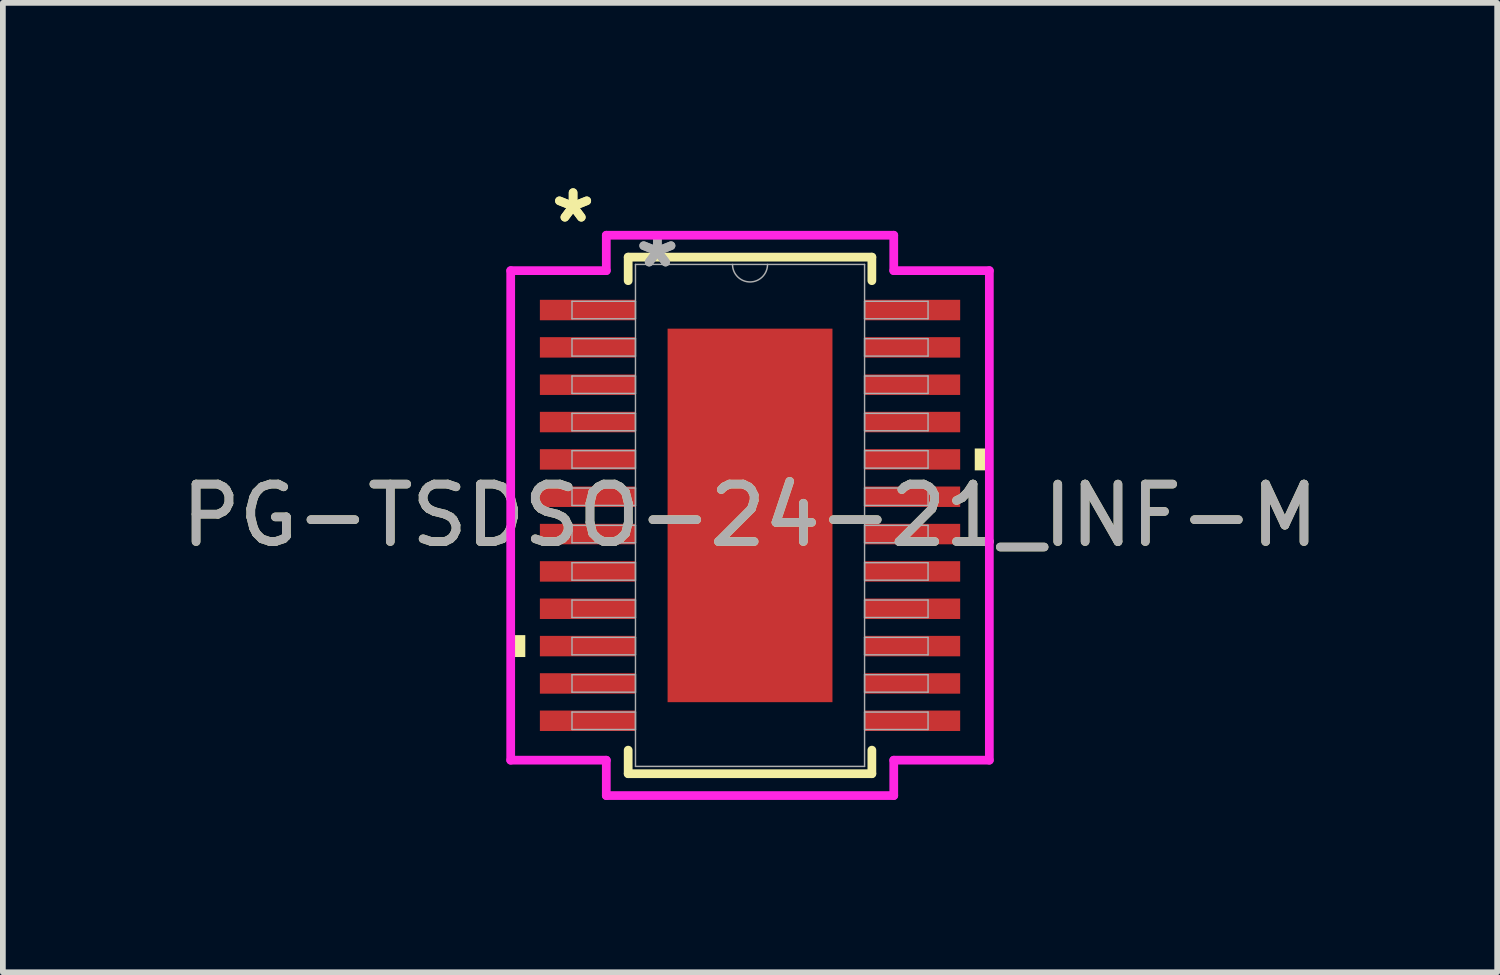
<source format=kicad_pcb>
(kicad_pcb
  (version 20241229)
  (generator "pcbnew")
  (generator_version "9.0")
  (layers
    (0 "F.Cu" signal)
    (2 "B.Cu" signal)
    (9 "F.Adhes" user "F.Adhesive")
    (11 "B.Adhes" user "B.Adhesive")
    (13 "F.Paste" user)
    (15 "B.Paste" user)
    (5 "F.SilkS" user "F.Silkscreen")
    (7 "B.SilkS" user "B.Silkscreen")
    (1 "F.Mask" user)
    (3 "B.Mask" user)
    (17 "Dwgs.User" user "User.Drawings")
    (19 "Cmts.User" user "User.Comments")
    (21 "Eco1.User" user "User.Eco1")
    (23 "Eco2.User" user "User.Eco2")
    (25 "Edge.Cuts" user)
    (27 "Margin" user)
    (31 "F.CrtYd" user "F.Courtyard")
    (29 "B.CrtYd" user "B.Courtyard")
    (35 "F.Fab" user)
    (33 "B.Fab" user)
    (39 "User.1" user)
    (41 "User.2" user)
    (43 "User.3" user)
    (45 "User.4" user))
  (footprint "PG-TSDSO-24-21_INF-M"
    (layer "F.Cu")
    (at 10.006 5.922)
    (property "Reference" "PG-TSDSO-24-21_INF-M" (at 0 0 0) (unlocked yes) (layer "F.SilkS") (effects (font (size 1 1) (thickness 0.15))))
    (attr smd)
    (fp_line (start -2.121 -4.496) (end -2.121 -4.086) (stroke (width 0.152) (type solid)) (layer "F.SilkS"))
    (fp_line (start -2.121 4.086) (end -2.121 4.496) (stroke (width 0.152) (type solid)) (layer "F.SilkS"))
    (fp_line (start -2.121 4.496) (end 2.121 4.496) (stroke (width 0.152) (type solid)) (layer "F.SilkS"))
    (fp_line (start 2.121 -4.496) (end -2.121 -4.496) (stroke (width 0.152) (type solid)) (layer "F.SilkS"))
    (fp_line (start 2.121 -4.086) (end 2.121 -4.496) (stroke (width 0.152) (type solid)) (layer "F.SilkS"))
    (fp_line (start 2.121 4.496) (end 2.121 4.086) (stroke (width 0.152) (type solid)) (layer "F.SilkS"))
    (fp_poly (pts (xy -4.166 2.084) (xy -4.166 2.465) (xy -3.912 2.465) (xy -3.912 2.084)) (stroke (width 0) (type solid)) (fill yes) (layer "F.SilkS"))
    (fp_poly (pts (xy 4.166 -1.165) (xy 4.166 -0.784) (xy 3.912 -0.784) (xy 3.912 -1.165)) (stroke (width 0) (type solid)) (fill yes) (layer "F.SilkS"))
    (fp_poly (pts (xy -1.335 -3.151) (xy -1.335 -2.051) (xy -0.1 -2.051) (xy -0.1 -3.151)) (stroke (width 0) (type solid)) (fill yes) (layer "F.Paste"))
    (fp_poly (pts (xy -1.335 -1.851) (xy -1.335 -0.75) (xy -0.1 -0.75) (xy -0.1 -1.851)) (stroke (width 0) (type solid)) (fill yes) (layer "F.Paste"))
    (fp_poly (pts (xy -1.335 -0.55) (xy -1.335 0.55) (xy -0.1 0.55) (xy -0.1 -0.55)) (stroke (width 0) (type solid)) (fill yes) (layer "F.Paste"))
    (fp_poly (pts (xy -1.335 0.75) (xy -1.335 1.851) (xy -0.1 1.851) (xy -0.1 0.75)) (stroke (width 0) (type solid)) (fill yes) (layer "F.Paste"))
    (fp_poly (pts (xy -1.335 2.051) (xy -1.335 3.151) (xy -0.1 3.151) (xy -0.1 2.051)) (stroke (width 0) (type solid)) (fill yes) (layer "F.Paste"))
    (fp_poly (pts (xy 0.1 -3.151) (xy 0.1 -2.051) (xy 1.335 -2.051) (xy 1.335 -3.151)) (stroke (width 0) (type solid)) (fill yes) (layer "F.Paste"))
    (fp_poly (pts (xy 0.1 -1.851) (xy 0.1 -0.75) (xy 1.335 -0.75) (xy 1.335 -1.851)) (stroke (width 0) (type solid)) (fill yes) (layer "F.Paste"))
    (fp_poly (pts (xy 0.1 -0.55) (xy 0.1 0.55) (xy 1.335 0.55) (xy 1.335 -0.55)) (stroke (width 0) (type solid)) (fill yes) (layer "F.Paste"))
    (fp_poly (pts (xy 0.1 0.75) (xy 0.1 1.851) (xy 1.335 1.851) (xy 1.335 0.75)) (stroke (width 0) (type solid)) (fill yes) (layer "F.Paste"))
    (fp_poly (pts (xy 0.1 2.051) (xy 0.1 3.151) (xy 1.335 3.151) (xy 1.335 2.051)) (stroke (width 0) (type solid)) (fill yes) (layer "F.Paste"))
    (fp_line (start -4.166 -4.261) (end -2.502 -4.261) (stroke (width 0.152) (type solid)) (layer "F.CrtYd"))
    (fp_line (start -4.166 4.261) (end -4.166 -4.261) (stroke (width 0.152) (type solid)) (layer "F.CrtYd"))
    (fp_line (start -4.166 4.261) (end -2.502 4.261) (stroke (width 0.152) (type solid)) (layer "F.CrtYd"))
    (fp_line (start -2.502 -4.877) (end 2.502 -4.877) (stroke (width 0.152) (type solid)) (layer "F.CrtYd"))
    (fp_line (start -2.502 -4.261) (end -2.502 -4.877) (stroke (width 0.152) (type solid)) (layer "F.CrtYd"))
    (fp_line (start -2.502 4.877) (end -2.502 4.261) (stroke (width 0.152) (type solid)) (layer "F.CrtYd"))
    (fp_line (start 2.502 -4.877) (end 2.502 -4.261) (stroke (width 0.152) (type solid)) (layer "F.CrtYd"))
    (fp_line (start 2.502 4.261) (end 2.502 4.877) (stroke (width 0.152) (type solid)) (layer "F.CrtYd"))
    (fp_line (start 2.502 4.877) (end -2.502 4.877) (stroke (width 0.152) (type solid)) (layer "F.CrtYd"))
    (fp_line (start 4.166 -4.261) (end 2.502 -4.261) (stroke (width 0.152) (type solid)) (layer "F.CrtYd"))
    (fp_line (start 4.166 -4.261) (end 4.166 4.261) (stroke (width 0.152) (type solid)) (layer "F.CrtYd"))
    (fp_line (start 4.166 4.261) (end 2.502 4.261) (stroke (width 0.152) (type solid)) (layer "F.CrtYd"))
    (fp_line (start -3.099 -3.727) (end -3.099 -3.423) (stroke (width 0.025) (type solid)) (layer "F.Fab"))
    (fp_line (start -3.099 -3.423) (end -1.994 -3.423) (stroke (width 0.025) (type solid)) (layer "F.Fab"))
    (fp_line (start -3.099 -3.077) (end -3.099 -2.773) (stroke (width 0.025) (type solid)) (layer "F.Fab"))
    (fp_line (start -3.099 -2.773) (end -1.994 -2.773) (stroke (width 0.025) (type solid)) (layer "F.Fab"))
    (fp_line (start -3.099 -2.427) (end -3.099 -2.123) (stroke (width 0.025) (type solid)) (layer "F.Fab"))
    (fp_line (start -3.099 -2.123) (end -1.994 -2.123) (stroke (width 0.025) (type solid)) (layer "F.Fab"))
    (fp_line (start -3.099 -1.777) (end -3.099 -1.473) (stroke (width 0.025) (type solid)) (layer "F.Fab"))
    (fp_line (start -3.099 -1.473) (end -1.994 -1.473) (stroke (width 0.025) (type solid)) (layer "F.Fab"))
    (fp_line (start -3.099 -1.127) (end -3.099 -0.823) (stroke (width 0.025) (type solid)) (layer "F.Fab"))
    (fp_line (start -3.099 -0.823) (end -1.994 -0.823) (stroke (width 0.025) (type solid)) (layer "F.Fab"))
    (fp_line (start -3.099 -0.477) (end -3.099 -0.173) (stroke (width 0.025) (type solid)) (layer "F.Fab"))
    (fp_line (start -3.099 -0.173) (end -1.994 -0.173) (stroke (width 0.025) (type solid)) (layer "F.Fab"))
    (fp_line (start -3.099 0.173) (end -3.099 0.477) (stroke (width 0.025) (type solid)) (layer "F.Fab"))
    (fp_line (start -3.099 0.477) (end -1.994 0.477) (stroke (width 0.025) (type solid)) (layer "F.Fab"))
    (fp_line (start -3.099 0.823) (end -3.099 1.127) (stroke (width 0.025) (type solid)) (layer "F.Fab"))
    (fp_line (start -3.099 1.127) (end -1.994 1.127) (stroke (width 0.025) (type solid)) (layer "F.Fab"))
    (fp_line (start -3.099 1.473) (end -3.099 1.777) (stroke (width 0.025) (type solid)) (layer "F.Fab"))
    (fp_line (start -3.099 1.777) (end -1.994 1.777) (stroke (width 0.025) (type solid)) (layer "F.Fab"))
    (fp_line (start -3.099 2.123) (end -3.099 2.427) (stroke (width 0.025) (type solid)) (layer "F.Fab"))
    (fp_line (start -3.099 2.427) (end -1.994 2.427) (stroke (width 0.025) (type solid)) (layer "F.Fab"))
    (fp_line (start -3.099 2.773) (end -3.099 3.077) (stroke (width 0.025) (type solid)) (layer "F.Fab"))
    (fp_line (start -3.099 3.077) (end -1.994 3.077) (stroke (width 0.025) (type solid)) (layer "F.Fab"))
    (fp_line (start -3.099 3.423) (end -3.099 3.727) (stroke (width 0.025) (type solid)) (layer "F.Fab"))
    (fp_line (start -3.099 3.727) (end -1.994 3.727) (stroke (width 0.025) (type solid)) (layer "F.Fab"))
    (fp_line (start -1.994 -4.369) (end -1.994 4.369) (stroke (width 0.025) (type solid)) (layer "F.Fab"))
    (fp_line (start -1.994 -3.727) (end -3.099 -3.727) (stroke (width 0.025) (type solid)) (layer "F.Fab"))
    (fp_line (start -1.994 -3.423) (end -1.994 -3.727) (stroke (width 0.025) (type solid)) (layer "F.Fab"))
    (fp_line (start -1.994 -3.077) (end -3.099 -3.077) (stroke (width 0.025) (type solid)) (layer "F.Fab"))
    (fp_line (start -1.994 -2.773) (end -1.994 -3.077) (stroke (width 0.025) (type solid)) (layer "F.Fab"))
    (fp_line (start -1.994 -2.427) (end -3.099 -2.427) (stroke (width 0.025) (type solid)) (layer "F.Fab"))
    (fp_line (start -1.994 -2.123) (end -1.994 -2.427) (stroke (width 0.025) (type solid)) (layer "F.Fab"))
    (fp_line (start -1.994 -1.777) (end -3.099 -1.777) (stroke (width 0.025) (type solid)) (layer "F.Fab"))
    (fp_line (start -1.994 -1.473) (end -1.994 -1.777) (stroke (width 0.025) (type solid)) (layer "F.Fab"))
    (fp_line (start -1.994 -1.127) (end -3.099 -1.127) (stroke (width 0.025) (type solid)) (layer "F.Fab"))
    (fp_line (start -1.994 -0.823) (end -1.994 -1.127) (stroke (width 0.025) (type solid)) (layer "F.Fab"))
    (fp_line (start -1.994 -0.477) (end -3.099 -0.477) (stroke (width 0.025) (type solid)) (layer "F.Fab"))
    (fp_line (start -1.994 -0.173) (end -1.994 -0.477) (stroke (width 0.025) (type solid)) (layer "F.Fab"))
    (fp_line (start -1.994 0.173) (end -3.099 0.173) (stroke (width 0.025) (type solid)) (layer "F.Fab"))
    (fp_line (start -1.994 0.477) (end -1.994 0.173) (stroke (width 0.025) (type solid)) (layer "F.Fab"))
    (fp_line (start -1.994 0.823) (end -3.099 0.823) (stroke (width 0.025) (type solid)) (layer "F.Fab"))
    (fp_line (start -1.994 1.127) (end -1.994 0.823) (stroke (width 0.025) (type solid)) (layer "F.Fab"))
    (fp_line (start -1.994 1.473) (end -3.099 1.473) (stroke (width 0.025) (type solid)) (layer "F.Fab"))
    (fp_line (start -1.994 1.777) (end -1.994 1.473) (stroke (width 0.025) (type solid)) (layer "F.Fab"))
    (fp_line (start -1.994 2.123) (end -3.099 2.123) (stroke (width 0.025) (type solid)) (layer "F.Fab"))
    (fp_line (start -1.994 2.427) (end -1.994 2.123) (stroke (width 0.025) (type solid)) (layer "F.Fab"))
    (fp_line (start -1.994 2.773) (end -3.099 2.773) (stroke (width 0.025) (type solid)) (layer "F.Fab"))
    (fp_line (start -1.994 3.077) (end -1.994 2.773) (stroke (width 0.025) (type solid)) (layer "F.Fab"))
    (fp_line (start -1.994 3.423) (end -3.099 3.423) (stroke (width 0.025) (type solid)) (layer "F.Fab"))
    (fp_line (start -1.994 3.727) (end -1.994 3.423) (stroke (width 0.025) (type solid)) (layer "F.Fab"))
    (fp_line (start -1.994 4.369) (end 1.994 4.369) (stroke (width 0.025) (type solid)) (layer "F.Fab"))
    (fp_line (start 1.994 -4.369) (end -1.994 -4.369) (stroke (width 0.025) (type solid)) (layer "F.Fab"))
    (fp_line (start 1.994 -3.727) (end 1.994 -3.423) (stroke (width 0.025) (type solid)) (layer "F.Fab"))
    (fp_line (start 1.994 -3.423) (end 3.099 -3.423) (stroke (width 0.025) (type solid)) (layer "F.Fab"))
    (fp_line (start 1.994 -3.077) (end 1.994 -2.773) (stroke (width 0.025) (type solid)) (layer "F.Fab"))
    (fp_line (start 1.994 -2.773) (end 3.099 -2.773) (stroke (width 0.025) (type solid)) (layer "F.Fab"))
    (fp_line (start 1.994 -2.427) (end 1.994 -2.123) (stroke (width 0.025) (type solid)) (layer "F.Fab"))
    (fp_line (start 1.994 -2.123) (end 3.099 -2.123) (stroke (width 0.025) (type solid)) (layer "F.Fab"))
    (fp_line (start 1.994 -1.777) (end 1.994 -1.473) (stroke (width 0.025) (type solid)) (layer "F.Fab"))
    (fp_line (start 1.994 -1.473) (end 3.099 -1.473) (stroke (width 0.025) (type solid)) (layer "F.Fab"))
    (fp_line (start 1.994 -1.127) (end 1.994 -0.823) (stroke (width 0.025) (type solid)) (layer "F.Fab"))
    (fp_line (start 1.994 -0.823) (end 3.099 -0.823) (stroke (width 0.025) (type solid)) (layer "F.Fab"))
    (fp_line (start 1.994 -0.477) (end 1.994 -0.173) (stroke (width 0.025) (type solid)) (layer "F.Fab"))
    (fp_line (start 1.994 -0.173) (end 3.099 -0.173) (stroke (width 0.025) (type solid)) (layer "F.Fab"))
    (fp_line (start 1.994 0.173) (end 1.994 0.477) (stroke (width 0.025) (type solid)) (layer "F.Fab"))
    (fp_line (start 1.994 0.477) (end 3.099 0.477) (stroke (width 0.025) (type solid)) (layer "F.Fab"))
    (fp_line (start 1.994 0.823) (end 1.994 1.127) (stroke (width 0.025) (type solid)) (layer "F.Fab"))
    (fp_line (start 1.994 1.127) (end 3.099 1.127) (stroke (width 0.025) (type solid)) (layer "F.Fab"))
    (fp_line (start 1.994 1.473) (end 1.994 1.777) (stroke (width 0.025) (type solid)) (layer "F.Fab"))
    (fp_line (start 1.994 1.777) (end 3.099 1.777) (stroke (width 0.025) (type solid)) (layer "F.Fab"))
    (fp_line (start 1.994 2.123) (end 1.994 2.427) (stroke (width 0.025) (type solid)) (layer "F.Fab"))
    (fp_line (start 1.994 2.427) (end 3.099 2.427) (stroke (width 0.025) (type solid)) (layer "F.Fab"))
    (fp_line (start 1.994 2.773) (end 1.994 3.077) (stroke (width 0.025) (type solid)) (layer "F.Fab"))
    (fp_line (start 1.994 3.077) (end 3.099 3.077) (stroke (width 0.025) (type solid)) (layer "F.Fab"))
    (fp_line (start 1.994 3.423) (end 1.994 3.727) (stroke (width 0.025) (type solid)) (layer "F.Fab"))
    (fp_line (start 1.994 3.727) (end 3.099 3.727) (stroke (width 0.025) (type solid)) (layer "F.Fab"))
    (fp_line (start 1.994 4.369) (end 1.994 -4.369) (stroke (width 0.025) (type solid)) (layer "F.Fab"))
    (fp_line (start 3.099 -3.727) (end 1.994 -3.727) (stroke (width 0.025) (type solid)) (layer "F.Fab"))
    (fp_line (start 3.099 -3.423) (end 3.099 -3.727) (stroke (width 0.025) (type solid)) (layer "F.Fab"))
    (fp_line (start 3.099 -3.077) (end 1.994 -3.077) (stroke (width 0.025) (type solid)) (layer "F.Fab"))
    (fp_line (start 3.099 -2.773) (end 3.099 -3.077) (stroke (width 0.025) (type solid)) (layer "F.Fab"))
    (fp_line (start 3.099 -2.427) (end 1.994 -2.427) (stroke (width 0.025) (type solid)) (layer "F.Fab"))
    (fp_line (start 3.099 -2.123) (end 3.099 -2.427) (stroke (width 0.025) (type solid)) (layer "F.Fab"))
    (fp_line (start 3.099 -1.777) (end 1.994 -1.777) (stroke (width 0.025) (type solid)) (layer "F.Fab"))
    (fp_line (start 3.099 -1.473) (end 3.099 -1.777) (stroke (width 0.025) (type solid)) (layer "F.Fab"))
    (fp_line (start 3.099 -1.127) (end 1.994 -1.127) (stroke (width 0.025) (type solid)) (layer "F.Fab"))
    (fp_line (start 3.099 -0.823) (end 3.099 -1.127) (stroke (width 0.025) (type solid)) (layer "F.Fab"))
    (fp_line (start 3.099 -0.477) (end 1.994 -0.477) (stroke (width 0.025) (type solid)) (layer "F.Fab"))
    (fp_line (start 3.099 -0.173) (end 3.099 -0.477) (stroke (width 0.025) (type solid)) (layer "F.Fab"))
    (fp_line (start 3.099 0.173) (end 1.994 0.173) (stroke (width 0.025) (type solid)) (layer "F.Fab"))
    (fp_line (start 3.099 0.477) (end 3.099 0.173) (stroke (width 0.025) (type solid)) (layer "F.Fab"))
    (fp_line (start 3.099 0.823) (end 1.994 0.823) (stroke (width 0.025) (type solid)) (layer "F.Fab"))
    (fp_line (start 3.099 1.127) (end 3.099 0.823) (stroke (width 0.025) (type solid)) (layer "F.Fab"))
    (fp_line (start 3.099 1.473) (end 1.994 1.473) (stroke (width 0.025) (type solid)) (layer "F.Fab"))
    (fp_line (start 3.099 1.777) (end 3.099 1.473) (stroke (width 0.025) (type solid)) (layer "F.Fab"))
    (fp_line (start 3.099 2.123) (end 1.994 2.123) (stroke (width 0.025) (type solid)) (layer "F.Fab"))
    (fp_line (start 3.099 2.427) (end 3.099 2.123) (stroke (width 0.025) (type solid)) (layer "F.Fab"))
    (fp_line (start 3.099 2.773) (end 1.994 2.773) (stroke (width 0.025) (type solid)) (layer "F.Fab"))
    (fp_line (start 3.099 3.077) (end 3.099 2.773) (stroke (width 0.025) (type solid)) (layer "F.Fab"))
    (fp_line (start 3.099 3.423) (end 1.994 3.423) (stroke (width 0.025) (type solid)) (layer "F.Fab"))
    (fp_line (start 3.099 3.727) (end 3.099 3.423) (stroke (width 0.025) (type solid)) (layer "F.Fab"))
    (fp_arc (start 0.3048 -4.3688) (mid 0 -4.064) (end -0.3048 -4.3688) (stroke (width 0.0254) (type solid)) (layer "F.Fab"))
    (fp_text user "*" (at -3.08 -5.074 0) (unlocked yes) (layer "F.SilkS") (effects (font (size 1 1) (thickness 0.15))))
    (fp_text user "*" (at -3.08 -5.074 0) (layer "F.SilkS") (effects (font (size 1 1) (thickness 0.15))))
    (fp_text user "${REFERENCE}" (at 0 0 0) (unlocked yes) (layer "F.Fab") (effects (font (size 1 1) (thickness 0.15))))
    (fp_text user "*" (at -1.613 -4.293 0) (layer "F.Fab") (effects (font (size 1 1) (thickness 0.15))))
    (fp_text user "*" (at -1.613 -4.293 0) (unlocked yes) (layer "F.Fab") (effects (font (size 1 1) (thickness 0.15))))
    (pad "1" smd rect (at -2.826 -3.575) (size 1.664 0.356) (layers "F.Cu" "F.Mask" "F.Paste"))
    (pad "2" smd rect (at -2.826 -2.925) (size 1.664 0.356) (layers "F.Cu" "F.Mask" "F.Paste"))
    (pad "3" smd rect (at -2.826 -2.275) (size 1.664 0.356) (layers "F.Cu" "F.Mask" "F.Paste"))
    (pad "4" smd rect (at -2.826 -1.625) (size 1.664 0.356) (layers "F.Cu" "F.Mask" "F.Paste"))
    (pad "5" smd rect (at -2.826 -0.975) (size 1.664 0.356) (layers "F.Cu" "F.Mask" "F.Paste"))
    (pad "6" smd rect (at -2.826 -0.325) (size 1.664 0.356) (layers "F.Cu" "F.Mask" "F.Paste"))
    (pad "7" smd rect (at -2.826 0.325) (size 1.664 0.356) (layers "F.Cu" "F.Mask" "F.Paste"))
    (pad "8" smd rect (at -2.826 0.975) (size 1.664 0.356) (layers "F.Cu" "F.Mask" "F.Paste"))
    (pad "9" smd rect (at -2.826 1.625) (size 1.664 0.356) (layers "F.Cu" "F.Mask" "F.Paste"))
    (pad "10" smd rect (at -2.826 2.275) (size 1.664 0.356) (layers "F.Cu" "F.Mask" "F.Paste"))
    (pad "11" smd rect (at -2.826 2.925) (size 1.664 0.356) (layers "F.Cu" "F.Mask" "F.Paste"))
    (pad "12" smd rect (at -2.826 3.575) (size 1.664 0.356) (layers "F.Cu" "F.Mask" "F.Paste"))
    (pad "13" smd rect (at 2.826 3.575) (size 1.664 0.356) (layers "F.Cu" "F.Mask" "F.Paste"))
    (pad "14" smd rect (at 2.826 2.925) (size 1.664 0.356) (layers "F.Cu" "F.Mask" "F.Paste"))
    (pad "15" smd rect (at 2.826 2.275) (size 1.664 0.356) (layers "F.Cu" "F.Mask" "F.Paste"))
    (pad "16" smd rect (at 2.826 1.625) (size 1.664 0.356) (layers "F.Cu" "F.Mask" "F.Paste"))
    (pad "17" smd rect (at 2.826 0.975) (size 1.664 0.356) (layers "F.Cu" "F.Mask" "F.Paste"))
    (pad "18" smd rect (at 2.826 0.325) (size 1.664 0.356) (layers "F.Cu" "F.Mask" "F.Paste"))
    (pad "19" smd rect (at 2.826 -0.325) (size 1.664 0.356) (layers "F.Cu" "F.Mask" "F.Paste"))
    (pad "20" smd rect (at 2.826 -0.975) (size 1.664 0.356) (layers "F.Cu" "F.Mask" "F.Paste"))
    (pad "21" smd rect (at 2.826 -1.625) (size 1.664 0.356) (layers "F.Cu" "F.Mask" "F.Paste"))
    (pad "22" smd rect (at 2.826 -2.275) (size 1.664 0.356) (layers "F.Cu" "F.Mask" "F.Paste"))
    (pad "23" smd rect (at 2.826 -2.925) (size 1.664 0.356) (layers "F.Cu" "F.Mask" "F.Paste"))
    (pad "24" smd rect (at 2.826 -3.575) (size 1.664 0.356) (layers "F.Cu" "F.Mask" "F.Paste"))
    (pad "EPAD" smd rect (at 0 0) (size 2.87 6.502) (layers "F.Cu" "F.Mask")))
  (gr_rect
    (start -3 -3)
    (end 23.012 13.875)
    (stroke (width 0.1) (type default))
    (fill no)
    (layer "Edge.Cuts")))
</source>
